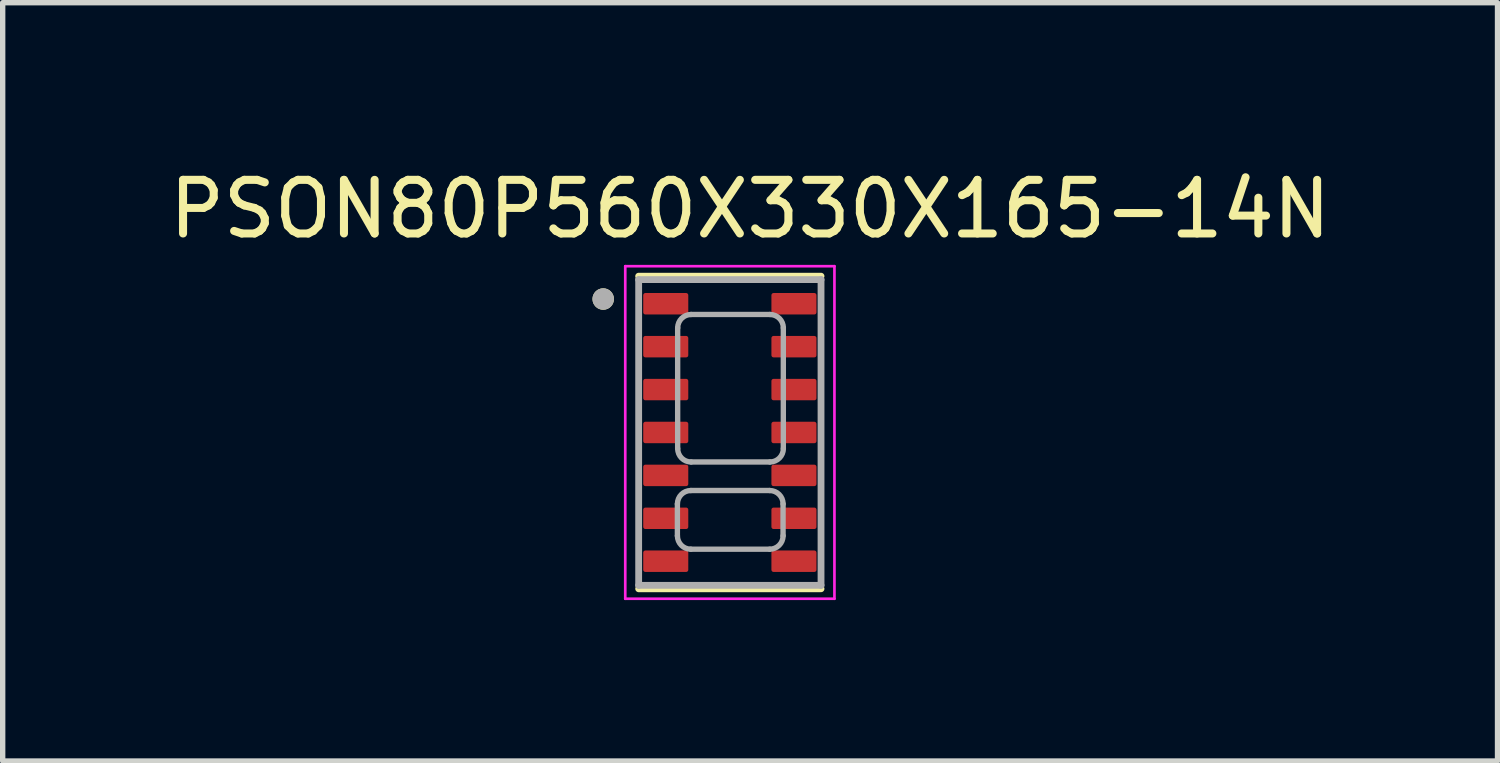
<source format=kicad_pcb>
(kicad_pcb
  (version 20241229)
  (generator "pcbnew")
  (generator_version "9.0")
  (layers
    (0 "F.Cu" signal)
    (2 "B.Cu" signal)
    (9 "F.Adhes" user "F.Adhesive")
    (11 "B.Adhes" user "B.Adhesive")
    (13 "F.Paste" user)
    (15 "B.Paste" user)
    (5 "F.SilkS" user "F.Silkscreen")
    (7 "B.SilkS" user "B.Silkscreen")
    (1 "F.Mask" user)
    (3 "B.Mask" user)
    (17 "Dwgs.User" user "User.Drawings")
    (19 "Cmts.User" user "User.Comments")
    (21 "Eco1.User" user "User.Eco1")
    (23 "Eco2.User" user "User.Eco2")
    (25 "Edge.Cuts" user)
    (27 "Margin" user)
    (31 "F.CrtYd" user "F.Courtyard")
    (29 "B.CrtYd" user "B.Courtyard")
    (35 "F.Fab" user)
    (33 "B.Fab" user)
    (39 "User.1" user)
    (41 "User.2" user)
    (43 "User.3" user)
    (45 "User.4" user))
  (footprint "PSON80P560X330X165-14N"
    (layer "F.Cu")
    (at 10.557 5.013)
    (property "Reference" "PSON80P560X330X165-14N" (at 0.377 -4.165 0) (layer "F.SilkS") (effects (font (size 1 1) (thickness 0.15))))
    (attr through_hole)
    (fp_line (start -1.7 2.914) (end 1.7 2.914) (stroke (width 0.127) (type solid)) (layer "F.SilkS"))
    (fp_line (start 1.7 -2.914) (end -1.7 -2.914) (stroke (width 0.127) (type solid)) (layer "F.SilkS"))
    (fp_circle (center -2.361 -2.488) (end -2.261 -2.488) (stroke (width 0.2) (type solid)) (fill no) (layer "F.SilkS"))
    (fp_line (start -1.95 -3.1) (end -1.95 3.1) (stroke (width 0.05) (type solid)) (layer "F.CrtYd"))
    (fp_line (start -1.95 3.1) (end 1.95 3.1) (stroke (width 0.05) (type solid)) (layer "F.CrtYd"))
    (fp_line (start 1.95 -3.1) (end -1.95 -3.1) (stroke (width 0.05) (type solid)) (layer "F.CrtYd"))
    (fp_line (start 1.95 3.1) (end 1.95 -3.1) (stroke (width 0.05) (type solid)) (layer "F.CrtYd"))
    (fp_line (start -1.7 -2.85) (end -1.7 2.85) (stroke (width 0.127) (type solid)) (layer "F.Fab"))
    (fp_line (start -1.7 2.85) (end 1.7 2.85) (stroke (width 0.127) (type solid)) (layer "F.Fab"))
    (fp_line (start -0.978 1.926) (end -0.978 1.332) (stroke (width 0.1) (type solid)) (layer "F.Fab"))
    (fp_line (start -0.973 0.3) (end -0.973 -1.95) (stroke (width 0.1) (type solid)) (layer "F.Fab"))
    (fp_line (start -0.723 -2.2) (end 0.747 -2.2) (stroke (width 0.1) (type solid)) (layer "F.Fab"))
    (fp_line (start 0.742 1.082) (end -0.728 1.082) (stroke (width 0.1) (type solid)) (layer "F.Fab"))
    (fp_line (start 0.742 2.176) (end -0.728 2.176) (stroke (width 0.1) (type solid)) (layer "F.Fab"))
    (fp_line (start 0.747 0.55) (end -0.723 0.55) (stroke (width 0.1) (type solid)) (layer "F.Fab"))
    (fp_line (start 0.992 1.926) (end 0.992 1.332) (stroke (width 0.1) (type solid)) (layer "F.Fab"))
    (fp_line (start 0.997 -1.95) (end 0.997 0.3) (stroke (width 0.1) (type solid)) (layer "F.Fab"))
    (fp_line (start 1.7 -2.85) (end -1.7 -2.85) (stroke (width 0.127) (type solid)) (layer "F.Fab"))
    (fp_line (start 1.7 2.85) (end 1.7 -2.85) (stroke (width 0.127) (type solid)) (layer "F.Fab"))
    (fp_arc (start -0.977541 1.33219) (mid -0.904318 1.155413) (end -0.727541 1.08219) (stroke (width 0.1) (type solid)) (layer "F.Fab"))
    (fp_arc (start -0.972541 -1.94981) (mid -0.899318 -2.126587) (end -0.722541 -2.19981) (stroke (width 0.1) (type solid)) (layer "F.Fab"))
    (fp_arc (start -0.727541 2.17619) (mid -0.904318 2.102967) (end -0.977541 1.92619) (stroke (width 0.1) (type solid)) (layer "F.Fab"))
    (fp_arc (start -0.722541 0.550191) (mid -0.899318 0.476968) (end -0.972541 0.300191) (stroke (width 0.1) (type solid)) (layer "F.Fab"))
    (fp_arc (start 0.742459 1.08219) (mid 0.919236 1.155413) (end 0.992459 1.33219) (stroke (width 0.1) (type solid)) (layer "F.Fab"))
    (fp_arc (start 0.747459 -2.19981) (mid 0.924236 -2.126587) (end 0.997459 -1.94981) (stroke (width 0.1) (type solid)) (layer "F.Fab"))
    (fp_arc (start 0.992459 1.92619) (mid 0.919236 2.102967) (end 0.742459 2.17619) (stroke (width 0.1) (type solid)) (layer "F.Fab"))
    (fp_arc (start 0.997459 0.300191) (mid 0.924236 0.476968) (end 0.747459 0.550191) (stroke (width 0.1) (type solid)) (layer "F.Fab"))
    (fp_circle (center -2.361 -2.488) (end -2.261 -2.488) (stroke (width 0.2) (type solid)) (fill no) (layer "F.Fab"))
    (pad "1" smd roundrect (at -1.195 -2.4) (size 0.84 0.4) (layers "F.Cu" "F.Mask" "F.Paste") (roundrect_rratio 0.1))
    (pad "2" smd roundrect (at -1.195 -1.6) (size 0.84 0.4) (layers "F.Cu" "F.Mask" "F.Paste") (roundrect_rratio 0.1))
    (pad "3" smd roundrect (at -1.195 -0.8) (size 0.84 0.4) (layers "F.Cu" "F.Mask" "F.Paste") (roundrect_rratio 0.1))
    (pad "4" smd roundrect (at -1.195 0) (size 0.84 0.4) (layers "F.Cu" "F.Mask" "F.Paste") (roundrect_rratio 0.1))
    (pad "5" smd roundrect (at -1.195 0.8) (size 0.84 0.4) (layers "F.Cu" "F.Mask" "F.Paste") (roundrect_rratio 0.1))
    (pad "6" smd roundrect (at -1.195 1.6) (size 0.84 0.4) (layers "F.Cu" "F.Mask" "F.Paste") (roundrect_rratio 0.1))
    (pad "7" smd roundrect (at -1.195 2.4) (size 0.84 0.4) (layers "F.Cu" "F.Mask" "F.Paste") (roundrect_rratio 0.1))
    (pad "8" smd roundrect (at 1.195 2.4 180) (size 0.84 0.4) (layers "F.Cu" "F.Mask" "F.Paste") (roundrect_rratio 0.1))
    (pad "9" smd roundrect (at 1.195 1.6 180) (size 0.84 0.4) (layers "F.Cu" "F.Mask" "F.Paste") (roundrect_rratio 0.1))
    (pad "10" smd roundrect (at 1.195 0.8 180) (size 0.84 0.4) (layers "F.Cu" "F.Mask" "F.Paste") (roundrect_rratio 0.1))
    (pad "11" smd roundrect (at 1.195 0 180) (size 0.84 0.4) (layers "F.Cu" "F.Mask" "F.Paste") (roundrect_rratio 0.1))
    (pad "12" smd roundrect (at 1.195 -0.8 180) (size 0.84 0.4) (layers "F.Cu" "F.Mask" "F.Paste") (roundrect_rratio 0.1))
    (pad "13" smd roundrect (at 1.195 -1.6 180) (size 0.84 0.4) (layers "F.Cu" "F.Mask" "F.Paste") (roundrect_rratio 0.1))
    (pad "14" smd roundrect (at 1.195 -2.4 180) (size 0.84 0.4) (layers "F.Cu" "F.Mask" "F.Paste") (roundrect_rratio 0.1)))
  (gr_rect
    (start -3 -3)
    (end 24.869 11.138)
    (stroke (width 0.1) (type default))
    (fill no)
    (layer "Edge.Cuts")))
</source>
